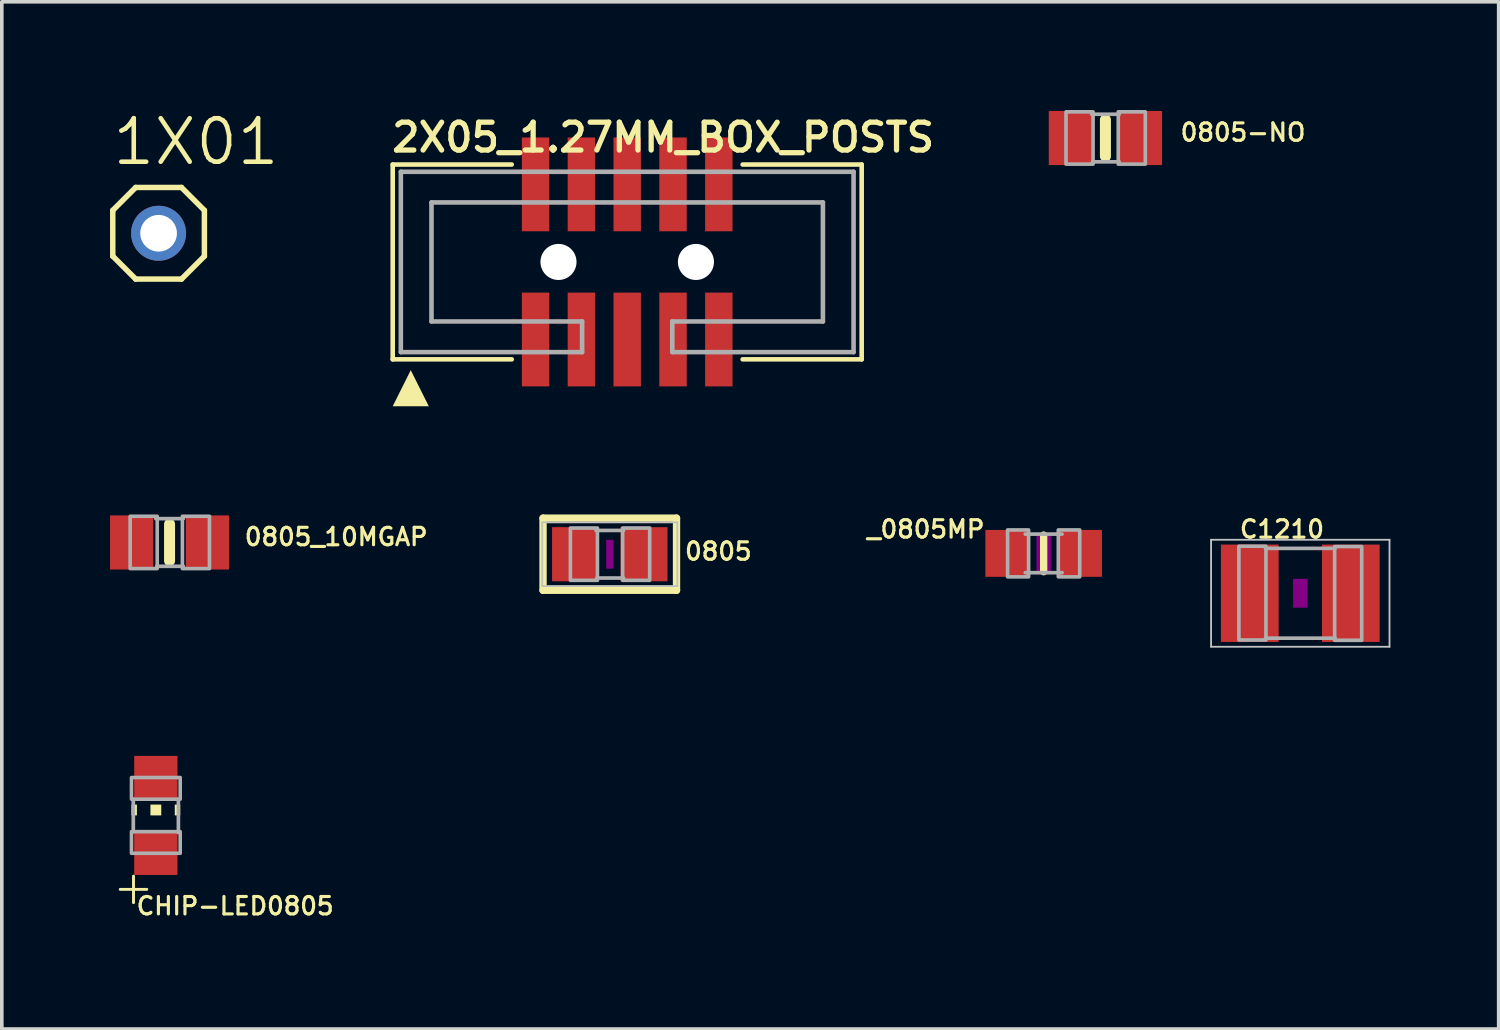
<source format=kicad_pcb>
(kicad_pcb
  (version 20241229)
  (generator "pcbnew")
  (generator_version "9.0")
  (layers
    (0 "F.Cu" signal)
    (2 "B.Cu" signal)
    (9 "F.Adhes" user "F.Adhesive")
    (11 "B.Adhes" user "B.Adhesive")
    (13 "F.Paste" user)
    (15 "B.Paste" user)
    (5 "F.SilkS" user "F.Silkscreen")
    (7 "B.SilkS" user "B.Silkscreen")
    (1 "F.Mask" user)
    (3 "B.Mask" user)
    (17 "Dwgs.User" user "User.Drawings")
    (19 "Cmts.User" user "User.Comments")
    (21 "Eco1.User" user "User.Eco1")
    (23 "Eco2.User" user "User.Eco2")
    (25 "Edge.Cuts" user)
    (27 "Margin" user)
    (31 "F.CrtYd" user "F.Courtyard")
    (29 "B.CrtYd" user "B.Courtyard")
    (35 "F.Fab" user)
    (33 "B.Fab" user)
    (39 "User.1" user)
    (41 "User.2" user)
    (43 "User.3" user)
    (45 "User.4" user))
  (footprint "_0805MP"
    (layer "F.Cu")
    (at 25.88 12.29)
    (property "Reference" "_0805MP" (at -1.587 -0.953 180) (layer "F.SilkS") (effects (font (size 0.483 0.483) (thickness 0.087)) (justify right top)))
    (attr through_hole)
    (fp_line (start 0 -0.508) (end 0 0.508) (stroke (width 0.203) (type solid)) (layer "F.SilkS"))
    (fp_poly (pts (xy -0.2 0.5) (xy 0.2 0.5) (xy 0.2 -0.5) (xy -0.2 -0.5)) (stroke (width 0) (type solid)) (fill yes) (layer "F.Adhes"))
    (fp_line (start -0.51 -0.535) (end 0.51 -0.535) (stroke (width 0.102) (type solid)) (layer "F.Fab"))
    (fp_line (start -0.51 0.535) (end 0.51 0.535) (stroke (width 0.102) (type solid)) (layer "F.Fab"))
    (fp_poly (pts (xy -1 0.65) (xy -0.417 0.65) (xy -0.417 -0.65) (xy -1 -0.65)) (stroke (width 0.1) (type solid)) (fill no) (layer "F.Fab"))
    (fp_poly (pts (xy 0.406 0.65) (xy 1 0.65) (xy 1 -0.65) (xy 0.406 -0.65)) (stroke (width 0.1) (type solid)) (fill no) (layer "F.Fab"))
    (pad "1" smd rect (at -1.016 0) (size 1.2 1.3) (layers "F.Cu" "F.Mask" "F.Paste"))
    (pad "2" smd rect (at 1.016 0) (size 1.2 1.3) (layers "F.Cu" "F.Mask" "F.Paste")))
  (footprint "1X01"
    (layer "F.Cu")
    (at 1.346 3.416)
    (property "Reference" "1X01" (at -1.346 -1.829 0) (layer "F.SilkS") (effects (font (size 1.206 1.206) (thickness 0.127)) (justify left bottom)))
    (attr through_hole)
    (fp_line (start -1.27 -0.635) (end -1.27 0.635) (stroke (width 0.152) (type solid)) (layer "F.SilkS"))
    (fp_line (start -1.27 0.635) (end -0.635 1.27) (stroke (width 0.152) (type solid)) (layer "F.SilkS"))
    (fp_line (start -0.635 -1.27) (end -1.27 -0.635) (stroke (width 0.152) (type solid)) (layer "F.SilkS"))
    (fp_line (start -0.635 -1.27) (end 0.635 -1.27) (stroke (width 0.152) (type solid)) (layer "F.SilkS"))
    (fp_line (start 0.635 -1.27) (end 1.27 -0.635) (stroke (width 0.152) (type solid)) (layer "F.SilkS"))
    (fp_line (start 0.635 1.27) (end -0.635 1.27) (stroke (width 0.152) (type solid)) (layer "F.SilkS"))
    (fp_line (start 1.27 -0.635) (end 1.27 0.635) (stroke (width 0.152) (type solid)) (layer "F.SilkS"))
    (fp_line (start 1.27 0.635) (end 0.635 1.27) (stroke (width 0.152) (type solid)) (layer "F.SilkS"))
    (fp_poly (pts (xy -0.254 0.254) (xy 0.254 0.254) (xy 0.254 -0.254) (xy -0.254 -0.254)) (stroke (width 0.1) (type solid)) (fill no) (layer "F.Fab"))
    (pad "1" thru_hole circle (at 0 0) (size 1.524 1.524) (drill 1.016) (layers "*.Cu" "*.Mask")))
  (footprint "0805"
    (layer "F.Cu")
    (at 13.853 12.313)
    (property "Reference" "0805" (at 2.032 0.203 0) (unlocked yes) (layer "F.SilkS") (effects (font (size 0.483 0.483) (thickness 0.087)) (justify left bottom)))
    (attr through_hole)
    (fp_line (start -1.85 -1) (end 1.85 -1) (stroke (width 0.203) (type solid)) (layer "F.SilkS"))
    (fp_line (start -1.85 1) (end -1.85 -1) (stroke (width 0.203) (type solid)) (layer "F.SilkS"))
    (fp_line (start 1.85 -1) (end 1.85 1) (stroke (width 0.203) (type solid)) (layer "F.SilkS"))
    (fp_line (start 1.85 1) (end -1.85 1) (stroke (width 0.203) (type solid)) (layer "F.SilkS"))
    (fp_poly (pts (xy -0.1 0.4) (xy 0.1 0.4) (xy 0.1 -0.4) (xy -0.1 -0.4)) (stroke (width 0) (type solid)) (fill yes) (layer "F.Adhes"))
    (fp_line (start -1.873 -0.883) (end 1.873 -0.883) (stroke (width 0.051) (type solid)) (layer "Dwgs.User"))
    (fp_line (start -1.873 0.883) (end -1.873 -0.883) (stroke (width 0.051) (type solid)) (layer "Dwgs.User"))
    (fp_line (start 1.873 -0.883) (end 1.873 0.883) (stroke (width 0.051) (type solid)) (layer "Dwgs.User"))
    (fp_line (start 1.873 0.883) (end -1.873 0.883) (stroke (width 0.051) (type solid)) (layer "Dwgs.User"))
    (fp_line (start -0.381 -0.66) (end 0.381 -0.66) (stroke (width 0.102) (type solid)) (layer "F.Fab"))
    (fp_line (start -0.356 0.66) (end 0.381 0.66) (stroke (width 0.102) (type solid)) (layer "F.Fab"))
    (fp_poly (pts (xy -1.092 0.724) (xy -0.342 0.724) (xy -0.342 -0.726) (xy -1.092 -0.726)) (stroke (width 0.1) (type solid)) (fill no) (layer "F.Fab"))
    (fp_poly (pts (xy 0.356 0.724) (xy 1.106 0.724) (xy 1.106 -0.726) (xy 0.356 -0.726)) (stroke (width 0.1) (type solid)) (fill no) (layer "F.Fab"))
    (pad "1" smd rect (at -0.95 0) (size 1.3 1.5) (layers "F.Cu" "F.Mask" "F.Paste"))
    (pad "2" smd rect (at 0.95 0) (size 1.3 1.5) (layers "F.Cu" "F.Mask" "F.Paste")))
  (footprint "CHIP-LED0805"
    (layer "F.Cu")
    (at 1.27 19.553)
    (property "Reference" "CHIP-LED0805" (at -0.584 2.794 0) (unlocked yes) (layer "F.SilkS") (effects (font (size 0.483 0.483) (thickness 0.087)) (justify left bottom)))
    (attr through_hole)
    (fp_poly (pts (xy -0.675 0) (xy -0.525 0) (xy -0.525 -0.3) (xy -0.675 -0.3)) (stroke (width 0) (type solid)) (fill yes) (layer "F.SilkS"))
    (fp_poly (pts (xy -0.15 0) (xy 0.15 0) (xy 0.15 -0.3) (xy -0.15 -0.3)) (stroke (width 0) (type solid)) (fill yes) (layer "F.SilkS"))
    (fp_poly (pts (xy 0.525 0) (xy 0.675 0) (xy 0.675 -0.3) (xy 0.525 -0.3)) (stroke (width 0) (type solid)) (fill yes) (layer "F.SilkS"))
    (fp_line (start -0.625 -0.45) (end -0.625 0.45) (stroke (width 0.102) (type solid)) (layer "F.Fab"))
    (fp_line (start 0.625 -0.45) (end 0.625 0.475) (stroke (width 0.102) (type solid)) (layer "F.Fab"))
    (fp_poly (pts (xy -0.675 -0.45) (xy 0.675 -0.45) (xy 0.675 -1.05) (xy -0.675 -1.05)) (stroke (width 0.1) (type solid)) (fill no) (layer "F.Fab"))
    (fp_poly (pts (xy -0.675 1.05) (xy 0.675 1.05) (xy 0.675 0.45) (xy -0.675 0.45)) (stroke (width 0.1) (type solid)) (fill no) (layer "F.Fab"))
    (fp_text user "+" (at -1.27 2.54 0) (layer "F.SilkS") (effects (font (size 0.965 0.965) (thickness 0.081)) (justify left bottom)))
    (pad "A" smd rect (at 0 1.05) (size 1.2 1.2) (layers "F.Cu" "F.Mask" "F.Paste"))
    (pad "C" smd rect (at 0 -1.05) (size 1.2 1.2) (layers "F.Cu" "F.Mask" "F.Paste")))
  (footprint "2X05_1.27MM_BOX_POSTS"
    (layer "F.Cu")
    (at 14.336 4.211)
    (property "Reference" "2X05_1.27MM_BOX_POSTS" (at -6.6 -3 0) (layer "F.SilkS") (effects (font (size 0.772 0.772) (thickness 0.146)) (justify left bottom)))
    (attr through_hole)
    (fp_line (start -6.5 -2.7) (end -6.5 2.7) (stroke (width 0.127) (type solid)) (layer "F.SilkS"))
    (fp_line (start -6.5 2.7) (end -3.2 2.7) (stroke (width 0.127) (type solid)) (layer "F.SilkS"))
    (fp_line (start -3.2 -2.7) (end -6.5 -2.7) (stroke (width 0.127) (type solid)) (layer "F.SilkS"))
    (fp_line (start 3.2 -2.7) (end 6.5 -2.7) (stroke (width 0.127) (type solid)) (layer "F.SilkS"))
    (fp_line (start 6.5 -2.7) (end 6.5 2.7) (stroke (width 0.127) (type solid)) (layer "F.SilkS"))
    (fp_line (start 6.5 2.7) (end 3.2 2.7) (stroke (width 0.127) (type solid)) (layer "F.SilkS"))
    (fp_poly (pts (xy -6.5 4) (xy -5.5 4) (xy -6 3)) (stroke (width 0) (type solid)) (fill yes) (layer "F.SilkS"))
    (fp_line (start -6.275 -2.5) (end 6.275 -2.5) (stroke (width 0.127) (type solid)) (layer "F.Fab"))
    (fp_line (start -6.275 2.5) (end -6.275 -2.5) (stroke (width 0.127) (type solid)) (layer "F.Fab"))
    (fp_line (start -5.425 -1.65) (end 5.425 -1.65) (stroke (width 0.127) (type solid)) (layer "F.Fab"))
    (fp_line (start -5.425 1.65) (end -5.425 -1.65) (stroke (width 0.127) (type solid)) (layer "F.Fab"))
    (fp_line (start -1.25 1.65) (end -5.425 1.65) (stroke (width 0.127) (type solid)) (layer "F.Fab"))
    (fp_line (start -1.25 1.65) (end -1.25 2.5) (stroke (width 0.127) (type solid)) (layer "F.Fab"))
    (fp_line (start -1.25 2.5) (end -6.275 2.5) (stroke (width 0.127) (type solid)) (layer "F.Fab"))
    (fp_line (start 1.25 1.65) (end 1.25 2.5) (stroke (width 0.127) (type solid)) (layer "F.Fab"))
    (fp_line (start 5.425 -1.65) (end 5.425 1.65) (stroke (width 0.127) (type solid)) (layer "F.Fab"))
    (fp_line (start 5.425 1.65) (end 1.25 1.65) (stroke (width 0.127) (type solid)) (layer "F.Fab"))
    (fp_line (start 6.275 -2.5) (end 6.275 2.5) (stroke (width 0.127) (type solid)) (layer "F.Fab"))
    (fp_line (start 6.275 2.5) (end 1.25 2.5) (stroke (width 0.127) (type solid)) (layer "F.Fab"))
    (pad "" np_thru_hole circle (at -1.905 0) (size 1 1) (drill 1) (layers "*.Cu" "*.Mask"))
    (pad "" np_thru_hole circle (at 1.905 0) (size 1 1) (drill 1) (layers "*.Cu" "*.Mask"))
    (pad "1" smd rect (at -2.54 2.15) (size 0.76 2.6) (layers "F.Cu" "F.Mask" "F.Paste"))
    (pad "2" smd rect (at -2.54 -2.15) (size 0.76 2.6) (layers "F.Cu" "F.Mask" "F.Paste"))
    (pad "3" smd rect (at -1.27 2.15) (size 0.76 2.6) (layers "F.Cu" "F.Mask" "F.Paste"))
    (pad "4" smd rect (at -1.27 -2.15) (size 0.76 2.6) (layers "F.Cu" "F.Mask" "F.Paste"))
    (pad "5" smd rect (at 0 2.15) (size 0.76 2.6) (layers "F.Cu" "F.Mask" "F.Paste"))
    (pad "6" smd rect (at 0 -2.15) (size 0.76 2.6) (layers "F.Cu" "F.Mask" "F.Paste"))
    (pad "7" smd rect (at 1.27 2.15) (size 0.76 2.6) (layers "F.Cu" "F.Mask" "F.Paste"))
    (pad "8" smd rect (at 1.27 -2.15) (size 0.76 2.6) (layers "F.Cu" "F.Mask" "F.Paste"))
    (pad "9" smd rect (at 2.54 2.15) (size 0.76 2.6) (layers "F.Cu" "F.Mask" "F.Paste"))
    (pad "10" smd rect (at 2.54 -2.15) (size 0.76 2.6) (layers "F.Cu" "F.Mask" "F.Paste")))
  (footprint "0805-NO"
    (layer "F.Cu")
    (at 27.592 0.776)
    (property "Reference" "0805-NO" (at 2.032 0.127 0) (unlocked yes) (layer "F.SilkS") (effects (font (size 0.483 0.483) (thickness 0.087)) (justify left bottom)))
    (attr through_hole)
    (fp_line (start 0 -0.508) (end 0 0.508) (stroke (width 0.305) (type solid)) (layer "F.SilkS"))
    (fp_line (start -0.381 -0.66) (end 0.381 -0.66) (stroke (width 0.102) (type solid)) (layer "F.Fab"))
    (fp_line (start -0.356 0.66) (end 0.381 0.66) (stroke (width 0.102) (type solid)) (layer "F.Fab"))
    (fp_poly (pts (xy -1.092 0.724) (xy -0.342 0.724) (xy -0.342 -0.726) (xy -1.092 -0.726)) (stroke (width 0.1) (type solid)) (fill no) (layer "F.Fab"))
    (fp_poly (pts (xy 0.356 0.724) (xy 1.106 0.724) (xy 1.106 -0.726) (xy 0.356 -0.726)) (stroke (width 0.1) (type solid)) (fill no) (layer "F.Fab"))
    (pad "1" smd rect (at -0.95 0) (size 1.24 1.5) (layers "F.Cu" "F.Mask" "F.Paste"))
    (pad "2" smd rect (at 0.95 0) (size 1.24 1.5) (layers "F.Cu" "F.Mask" "F.Paste")))
  (footprint "C1210"
    (layer "F.Cu")
    (at 32.994 13.395)
    (property "Reference" "C1210" (at 0.711 -2.057 0) (unlocked yes) (layer "F.SilkS") (effects (font (size 0.483 0.483) (thickness 0.087)) (justify right top)))
    (attr through_hole)
    (fp_poly (pts (xy -0.2 0.4) (xy 0.2 0.4) (xy 0.2 -0.4) (xy -0.2 -0.4)) (stroke (width 0) (type solid)) (fill yes) (layer "F.Adhes"))
    (fp_line (start -2.473 -1.483) (end 2.473 -1.483) (stroke (width 0.051) (type solid)) (layer "Dwgs.User"))
    (fp_line (start -2.473 1.483) (end -2.473 -1.483) (stroke (width 0.051) (type solid)) (layer "Dwgs.User"))
    (fp_line (start 2.473 -1.483) (end 2.473 1.483) (stroke (width 0.051) (type solid)) (layer "Dwgs.User"))
    (fp_line (start 2.473 1.483) (end -2.473 1.483) (stroke (width 0.051) (type solid)) (layer "Dwgs.User"))
    (fp_line (start -0.965 -1.245) (end 0.965 -1.245) (stroke (width 0.102) (type solid)) (layer "F.Fab"))
    (fp_line (start -0.965 1.245) (end 0.965 1.245) (stroke (width 0.102) (type solid)) (layer "F.Fab"))
    (fp_poly (pts (xy -1.702 1.295) (xy -0.952 1.295) (xy -0.952 -1.304) (xy -1.702 -1.304)) (stroke (width 0.1) (type solid)) (fill no) (layer "F.Fab"))
    (fp_poly (pts (xy 0.952 1.304) (xy 1.702 1.304) (xy 1.702 -1.295) (xy 0.952 -1.295)) (stroke (width 0.1) (type solid)) (fill no) (layer "F.Fab"))
    (pad "1" smd rect (at -1.4 0) (size 1.6 2.7) (layers "F.Cu" "F.Mask" "F.Paste"))
    (pad "2" smd rect (at 1.4 0) (size 1.6 2.7) (layers "F.Cu" "F.Mask" "F.Paste")))
  (footprint "0805_10MGAP"
    (layer "F.Cu")
    (at 1.65 11.987)
    (property "Reference" "0805_10MGAP" (at 2.032 0.127 0) (unlocked yes) (layer "F.SilkS") (effects (font (size 0.483 0.483) (thickness 0.087)) (justify left bottom)))
    (attr through_hole)
    (fp_line (start 0 -0.508) (end 0 0.508) (stroke (width 0.305) (type solid)) (layer "F.SilkS"))
    (fp_line (start -0.381 -0.66) (end 0.381 -0.66) (stroke (width 0.102) (type solid)) (layer "F.Fab"))
    (fp_line (start -0.356 0.66) (end 0.381 0.66) (stroke (width 0.102) (type solid)) (layer "F.Fab"))
    (fp_poly (pts (xy -1.092 0.724) (xy -0.342 0.724) (xy -0.342 -0.726) (xy -1.092 -0.726)) (stroke (width 0.1) (type solid)) (fill no) (layer "F.Fab"))
    (fp_poly (pts (xy 0.356 0.724) (xy 1.106 0.724) (xy 1.106 -0.726) (xy 0.356 -0.726)) (stroke (width 0.1) (type solid)) (fill no) (layer "F.Fab"))
    (pad "1" smd rect (at -1.05 0) (size 1.2 1.5) (layers "F.Cu" "F.Mask" "F.Paste"))
    (pad "2" smd rect (at 1.05 0) (size 1.2 1.5) (layers "F.Cu" "F.Mask" "F.Paste")))
  (gr_rect
    (start -3 -3)
    (end 38.493 25.474)
    (stroke (width 0.1) (type default))
    (fill no)
    (layer "Edge.Cuts")))
</source>
